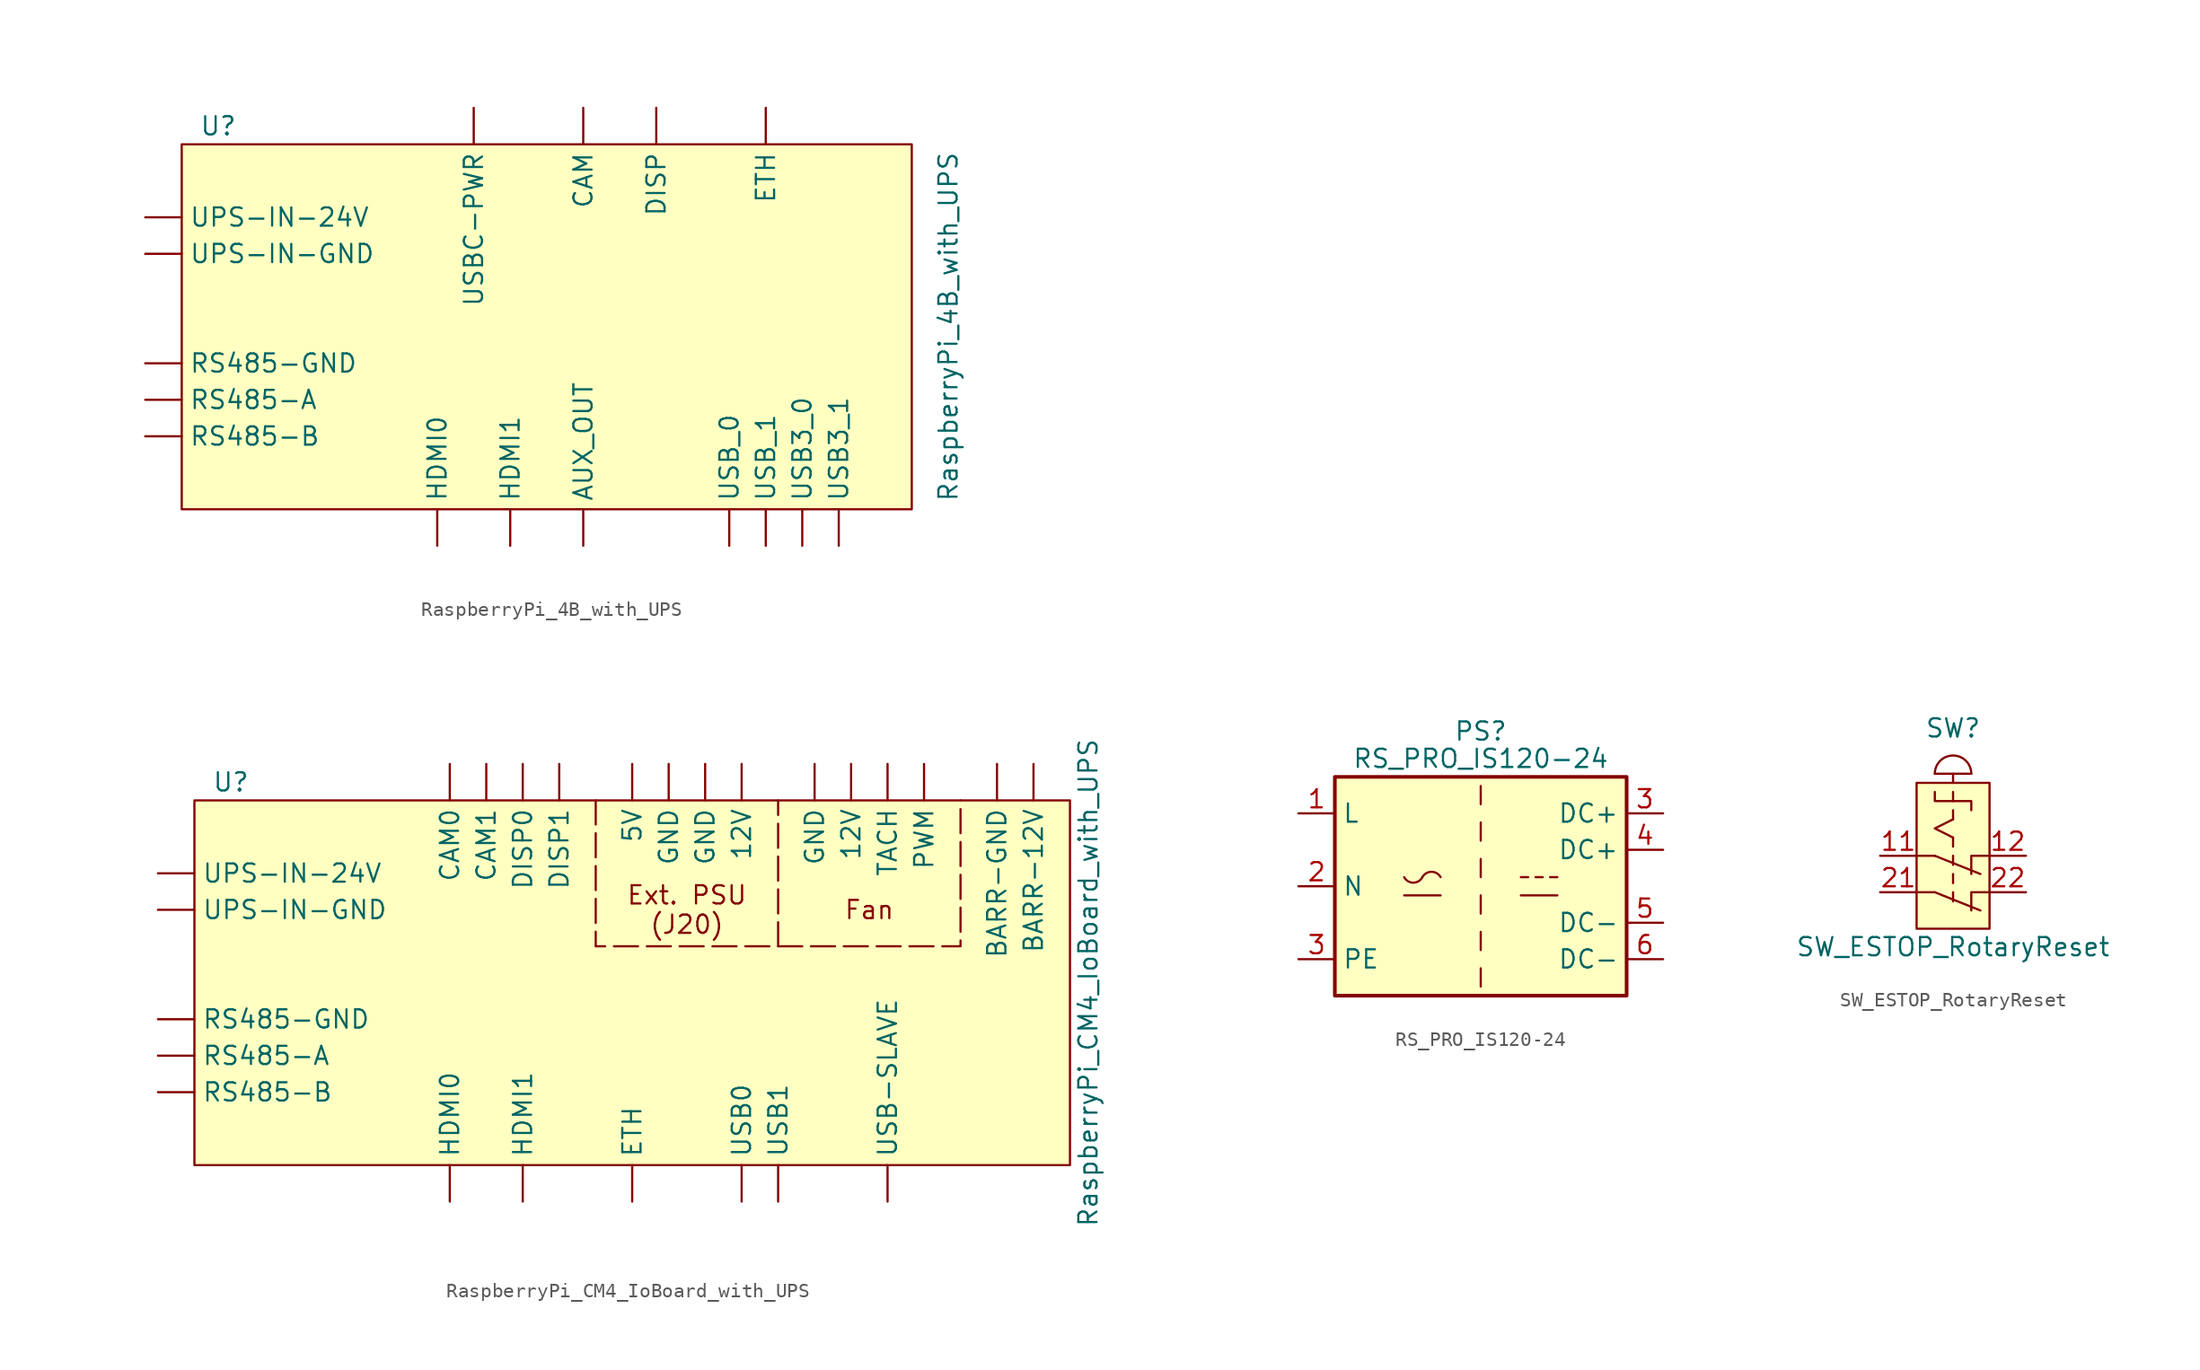
<source format=kicad_sym>
(kicad_symbol_lib
  (version 20241209)
  (generator "kicad_symbol_editor")
  (generator_version "9.0")
  (symbol "RaspberryPi_4B_with_UPS"
    (property "Reference" "U"
      (at -22.86 13.97 0)
      (effects (font (size 1.27 1.27))))
    (property "Value" "RaspberryPi_4B_with_UPS"
      (at 27.94 0 90)
      (effects (font (size 1.27 1.27))))
    (symbol "RaspberryPi_4B_with_UPS_0_1"
      (rectangle (start -25.4 12.7) (end 25.4 -12.7) (stroke (width 0) (type default)) (fill (type background))))
    (symbol "RaspberryPi_4B_with_UPS_1_1"
      (pin power_in line (at -27.94 7.62 0) (length 2.54) (name "UPS-IN-24V" (effects (font (size 1.27 1.27)))) (number "" (effects (font (size 1.27 1.27)))))
      (pin power_in line (at -27.94 5.08 0) (length 2.54) (name "UPS-IN-GND" (effects (font (size 1.27 1.27)))) (number "" (effects (font (size 1.27 1.27)))))
      (pin bidirectional line (at -27.94 -2.54 0) (length 2.54) (name "RS485-GND" (effects (font (size 1.27 1.27)))) (number "" (effects (font (size 1.27 1.27)))))
      (pin bidirectional line (at -27.94 -5.08 0) (length 2.54) (name "RS485-A" (effects (font (size 1.27 1.27)))) (number "" (effects (font (size 1.27 1.27)))))
      (pin bidirectional line (at -27.94 -7.62 0) (length 2.54) (name "RS485-B" (effects (font (size 1.27 1.27)))) (number "" (effects (font (size 1.27 1.27)))))
      (pin output line (at -7.62 -15.24 90) (length 2.54) (name "HDMI0" (effects (font (size 1.27 1.27)))) (number "" (effects (font (size 1.27 1.27)))))
      (pin power_in line (at -5.08 15.24 270) (length 2.54) (name "USBC-PWR" (effects (font (size 1.27 1.27)))) (number "" (effects (font (size 1.27 1.27)))))
      (pin output line (at -2.54 -15.24 90) (length 2.54) (name "HDMI1" (effects (font (size 1.27 1.27)))) (number "" (effects (font (size 1.27 1.27)))))
      (pin input line (at 2.54 15.24 270) (length 2.54) (name "CAM" (effects (font (size 1.27 1.27)))) (number "" (effects (font (size 1.27 1.27)))))
      (pin output line (at 2.54 -15.24 90) (length 2.54) (name "AUX_OUT" (effects (font (size 1.27 1.27)))) (number "" (effects (font (size 1.27 1.27)))))
      (pin output line (at 7.62 15.24 270) (length 2.54) (name "DISP" (effects (font (size 1.27 1.27)))) (number "" (effects (font (size 1.27 1.27)))))
      (pin bidirectional line (at 12.7 -15.24 90) (length 2.54) (name "USB_0" (effects (font (size 1.27 1.27)))) (number "" (effects (font (size 1.27 1.27)))))
      (pin bidirectional line (at 15.24 15.24 270) (length 2.54) (name "ETH" (effects (font (size 1.27 1.27)))) (number "" (effects (font (size 1.27 1.27)))))
      (pin bidirectional line (at 15.24 -15.24 90) (length 2.54) (name "USB_1" (effects (font (size 1.27 1.27)))) (number "" (effects (font (size 1.27 1.27)))))
      (pin bidirectional line (at 17.78 -15.24 90) (length 2.54) (name "USB3_0" (effects (font (size 1.27 1.27)))) (number "" (effects (font (size 1.27 1.27)))))
      (pin bidirectional line (at 20.32 -15.24 90) (length 2.54) (name "USB3_1" (effects (font (size 1.27 1.27)))) (number "" (effects (font (size 1.27 1.27)))))))
  (symbol "RaspberryPi_CM4_IoBoard_with_UPS"
    (property "Reference" "U"
      (at -27.94 13.97 0)
      (effects (font (size 1.27 1.27))))
    (property "Value" "RaspberryPi_CM4_IoBoard_with_UPS"
      (at 31.75 0 90)
      (effects (font (size 1.27 1.27))))
    (symbol "RaspberryPi_CM4_IoBoard_with_UPS_0_1"
      (rectangle (start -30.48 12.7) (end 30.48 -12.7) (stroke (width 0) (type default)) (fill (type background)))
      (polyline (pts (xy -2.54 12.7) (xy -2.54 2.54) (xy 10.16 2.54) (xy 10.16 12.7)) (stroke (width 0) (type dash)) (fill (type none)))
      (polyline (pts (xy 10.16 2.54) (xy 22.86 2.54) (xy 22.86 12.7)) (stroke (width 0) (type dash)) (fill (type none))))
    (symbol "RaspberryPi_CM4_IoBoard_with_UPS_1_1"
      (text "Ext. PSU\n(J20)" (at 3.81 5.08 0) (effects (font (size 1.27 1.27))))
      (text "Fan" (at 16.51 5.08 0) (effects (font (size 1.27 1.27))))
      (pin power_in line (at -33.02 7.62 0) (length 2.54) (name "UPS-IN-24V" (effects (font (size 1.27 1.27)))) (number "" (effects (font (size 1.27 1.27)))))
      (pin power_in line (at -33.02 5.08 0) (length 2.54) (name "UPS-IN-GND" (effects (font (size 1.27 1.27)))) (number "" (effects (font (size 1.27 1.27)))))
      (pin bidirectional line (at -33.02 -2.54 0) (length 2.54) (name "RS485-GND" (effects (font (size 1.27 1.27)))) (number "" (effects (font (size 1.27 1.27)))))
      (pin bidirectional line (at -33.02 -5.08 0) (length 2.54) (name "RS485-A" (effects (font (size 1.27 1.27)))) (number "" (effects (font (size 1.27 1.27)))))
      (pin bidirectional line (at -33.02 -7.62 0) (length 2.54) (name "RS485-B" (effects (font (size 1.27 1.27)))) (number "" (effects (font (size 1.27 1.27)))))
      (pin input line (at -12.7 15.24 270) (length 2.54) (name "CAM0" (effects (font (size 1.27 1.27)))) (number "" (effects (font (size 1.27 1.27)))))
      (pin output line (at -12.7 -15.24 90) (length 2.54) (name "HDMI0" (effects (font (size 1.27 1.27)))) (number "" (effects (font (size 1.27 1.27)))))
      (pin input line (at -10.16 15.24 270) (length 2.54) (name "CAM1" (effects (font (size 1.27 1.27)))) (number "" (effects (font (size 1.27 1.27)))))
      (pin output line (at -7.62 15.24 270) (length 2.54) (name "DISP0" (effects (font (size 1.27 1.27)))) (number "" (effects (font (size 1.27 1.27)))))
      (pin output line (at -7.62 -15.24 90) (length 2.54) (name "HDMI1" (effects (font (size 1.27 1.27)))) (number "" (effects (font (size 1.27 1.27)))))
      (pin output line (at -5.08 15.24 270) (length 2.54) (name "DISP1" (effects (font (size 1.27 1.27)))) (number "" (effects (font (size 1.27 1.27)))))
      (pin power_in line (at 0 15.24 270) (length 2.54) (name "5V" (effects (font (size 1.27 1.27)))) (number "" (effects (font (size 1.27 1.27)))))
      (pin bidirectional line (at 0 -15.24 90) (length 2.54) (name "ETH" (effects (font (size 1.27 1.27)))) (number "" (effects (font (size 1.27 1.27)))))
      (pin power_in line (at 2.54 15.24 270) (length 2.54) (name "GND" (effects (font (size 1.27 1.27)))) (number "" (effects (font (size 1.27 1.27)))))
      (pin power_in line (at 5.08 15.24 270) (length 2.54) (name "GND" (effects (font (size 1.27 1.27)))) (number "" (effects (font (size 1.27 1.27)))))
      (pin power_in line (at 7.62 15.24 270) (length 2.54) (name "12V" (effects (font (size 1.27 1.27)))) (number "" (effects (font (size 1.27 1.27)))))
      (pin bidirectional line (at 7.62 -15.24 90) (length 2.54) (name "USB0" (effects (font (size 1.27 1.27)))) (number "" (effects (font (size 1.27 1.27)))))
      (pin bidirectional line (at 10.16 -15.24 90) (length 2.54) (name "USB1" (effects (font (size 1.27 1.27)))) (number "" (effects (font (size 1.27 1.27)))))
      (pin power_out line (at 12.7 15.24 270) (length 2.54) (name "GND" (effects (font (size 1.27 1.27)))) (number "" (effects (font (size 1.27 1.27)))))
      (pin power_out line (at 15.24 15.24 270) (length 2.54) (name "12V" (effects (font (size 1.27 1.27)))) (number "" (effects (font (size 1.27 1.27)))))
      (pin input line (at 17.78 15.24 270) (length 2.54) (name "TACH" (effects (font (size 1.27 1.27)))) (number "" (effects (font (size 1.27 1.27)))))
      (pin bidirectional line (at 17.78 -15.24 90) (length 2.54) (name "USB-SLAVE" (effects (font (size 1.27 1.27)))) (number "" (effects (font (size 1.27 1.27)))))
      (pin output line (at 20.32 15.24 270) (length 2.54) (name "PWM" (effects (font (size 1.27 1.27)))) (number "" (effects (font (size 1.27 1.27)))))
      (pin power_in line (at 25.4 15.24 270) (length 2.54) (name "BARR-GND" (effects (font (size 1.27 1.27)))) (number "" (effects (font (size 1.27 1.27)))))
      (pin power_in line (at 27.94 15.24 270) (length 2.54) (name "BARR-12V" (effects (font (size 1.27 1.27)))) (number "" (effects (font (size 1.27 1.27)))))))
  (symbol "RS_PRO_IS120-24"
    (property "Reference" "PS"
      (at 0 10.795 0)
      (effects (font (size 1.27 1.27))))
    (property "Value" "RS_PRO_IS120-24"
      (at 0 8.89 0)
      (effects (font (size 1.27 1.27))))
    (symbol "RS_PRO_IS120-24_0_1"
      (rectangle (start -10.16 7.62) (end 10.16 -7.62) (stroke (width 0.254) (type default)) (fill (type background)))
      (polyline (pts (xy -5.334 -0.635) (xy -2.794 -0.635)) (stroke (width 0) (type default)) (fill (type none)))
      (arc (start -4.064 0.635) (mid -4.699 0.2495) (end -5.334 0.635) (stroke (width 0) (type default)) (fill (type none)))
      (arc (start -4.064 0.635) (mid -3.429 1.0072) (end -2.794 0.635) (stroke (width 0) (type default)) (fill (type none)))
      (polyline (pts (xy 2.794 0.635) (xy 3.302 0.635)) (stroke (width 0) (type default)) (fill (type none)))
      (polyline (pts (xy 2.794 -0.635) (xy 5.334 -0.635)) (stroke (width 0) (type default)) (fill (type none)))
      (polyline (pts (xy 3.81 0.635) (xy 4.318 0.635)) (stroke (width 0) (type default)) (fill (type none)))
      (polyline (pts (xy 4.826 0.635) (xy 5.334 0.635)) (stroke (width 0) (type default)) (fill (type none))))
    (symbol "RS_PRO_IS120-24_1_1"
      (polyline (pts (xy 0 6.985) (xy 0 5.715)) (stroke (width 0) (type default)) (fill (type none)))
      (polyline (pts (xy 0 4.445) (xy 0 3.175)) (stroke (width 0) (type default)) (fill (type none)))
      (polyline (pts (xy 0 1.905) (xy 0 0.635)) (stroke (width 0) (type default)) (fill (type none)))
      (polyline (pts (xy 0 -0.635) (xy 0 -1.905)) (stroke (width 0) (type default)) (fill (type none)))
      (polyline (pts (xy 0 -3.175) (xy 0 -4.445)) (stroke (width 0) (type default)) (fill (type none)))
      (polyline (pts (xy 0 -5.715) (xy 0 -6.985)) (stroke (width 0) (type default)) (fill (type none)))
      (pin power_in line (at -12.7 5.08 0) (length 2.54) (name "L" (effects (font (size 1.27 1.27)))) (number "1" (effects (font (size 1.27 1.27)))))
      (pin power_in line (at -12.7 0 0) (length 2.54) (name "N" (effects (font (size 1.27 1.27)))) (number "2" (effects (font (size 1.27 1.27)))))
      (pin power_in line (at -12.7 -5.08 0) (length 2.54) (name "PE" (effects (font (size 1.27 1.27)))) (number "3" (effects (font (size 1.27 1.27)))))
      (pin power_out line (at 12.7 5.08 180) (length 2.54) (name "DC+" (effects (font (size 1.27 1.27)))) (number "3" (effects (font (size 1.27 1.27)))))
      (pin power_out line (at 12.7 2.54 180) (length 2.54) (name "DC+" (effects (font (size 1.27 1.27)))) (number "4" (effects (font (size 1.27 1.27)))))
      (pin power_out line (at 12.7 -2.54 180) (length 2.54) (name "DC-" (effects (font (size 1.27 1.27)))) (number "5" (effects (font (size 1.27 1.27)))))
      (pin power_out line (at 12.7 -5.08 180) (length 2.54) (name "DC-" (effects (font (size 1.27 1.27)))) (number "6" (effects (font (size 1.27 1.27)))))))
  (symbol "SW_ESTOP_RotaryReset"
    (pin_names
      (offset 0)
      (hide yes))
    (property "Reference" "SW"
      (at 0 8.89 0)
      (effects (font (size 1.27 1.27))))
    (property "Value" "SW_ESTOP_RotaryReset"
      (at 0 -6.35 0)
      (effects (font (size 1.27 1.27))))
    (symbol "SW_ESTOP_RotaryReset_0_0"
      (polyline (pts (xy -1.27 0) (xy 1.905 -1.27)) (stroke (width 0) (type default)) (fill (type none)))
      (polyline (pts (xy -1.27 -2.54) (xy 1.905 -3.81)) (stroke (width 0) (type default)) (fill (type none))))
    (symbol "SW_ESTOP_RotaryReset_0_1"
      (rectangle (start -2.54 5.08) (end 2.54 -5.08) (stroke (width 0) (type default)) (fill (type background)))
      (polyline (pts (xy -2.54 0) (xy -1.27 0)) (stroke (width 0) (type default)) (fill (type none)))
      (polyline (pts (xy -2.54 -2.54) (xy -1.27 -2.54)) (stroke (width 0) (type default)) (fill (type none)))
      (polyline (pts (xy -1.27 5.715) (xy 1.27 5.715)) (stroke (width 0) (type default)) (fill (type none)))
      (polyline (pts (xy -1.27 4.445) (xy -1.27 3.81) (xy 1.27 3.81) (xy 1.27 3.175)) (stroke (width 0) (type default)) (fill (type none)))
      (arc (start -1.27 5.715) (mid 0 6.985) (end 1.27 5.715) (stroke (width 0) (type default)) (fill (type none)))
      (polyline (pts (xy 0 5.08) (xy 0 5.715)) (stroke (width 0) (type default)) (fill (type none)))
      (polyline (pts (xy 0 3.81) (xy 0 4.445)) (stroke (width 0) (type default)) (fill (type none)))
      (polyline (pts (xy 0 2.54) (xy 0 3.175)) (stroke (width 0) (type default)) (fill (type none)))
      (polyline (pts (xy 0 2.54) (xy -1.27 1.905) (xy 0 1.27)) (stroke (width 0) (type default)) (fill (type none)))
      (polyline (pts (xy 0 1.27) (xy 0 0.635)) (stroke (width 0) (type default)) (fill (type none)))
      (polyline (pts (xy 0 0) (xy 0 -0.635)) (stroke (width 0) (type default)) (fill (type none)))
      (polyline (pts (xy 0 -1.27) (xy 0 -1.905)) (stroke (width 0) (type default)) (fill (type none)))
      (polyline (pts (xy 0 -2.54) (xy 0 -3.175)) (stroke (width 0) (type default)) (fill (type none)))
      (polyline (pts (xy 2.54 0) (xy 1.27 0) (xy 1.27 -1.27)) (stroke (width 0) (type default)) (fill (type none)))
      (polyline (pts (xy 2.54 -2.54) (xy 1.27 -2.54) (xy 1.27 -3.81)) (stroke (width 0) (type default)) (fill (type none))))
    (symbol "SW_ESTOP_RotaryReset_1_1"
      (pin passive line (at -5.08 0 0) (length 2.54) (name "A" (effects (font (size 1.27 1.27)))) (number "11" (effects (font (size 1.27 1.27)))))
      (pin passive line (at -5.08 -2.54 0) (length 2.54) (name "A" (effects (font (size 1.27 1.27)))) (number "21" (effects (font (size 1.27 1.27)))))
      (pin passive line (at 5.08 0 180) (length 2.54) (name "B" (effects (font (size 1.27 1.27)))) (number "12" (effects (font (size 1.27 1.27)))))
      (pin passive line (at 5.08 -2.54 180) (length 2.54) (name "B" (effects (font (size 1.27 1.27)))) (number "22" (effects (font (size 1.27 1.27))))))))
</source>
